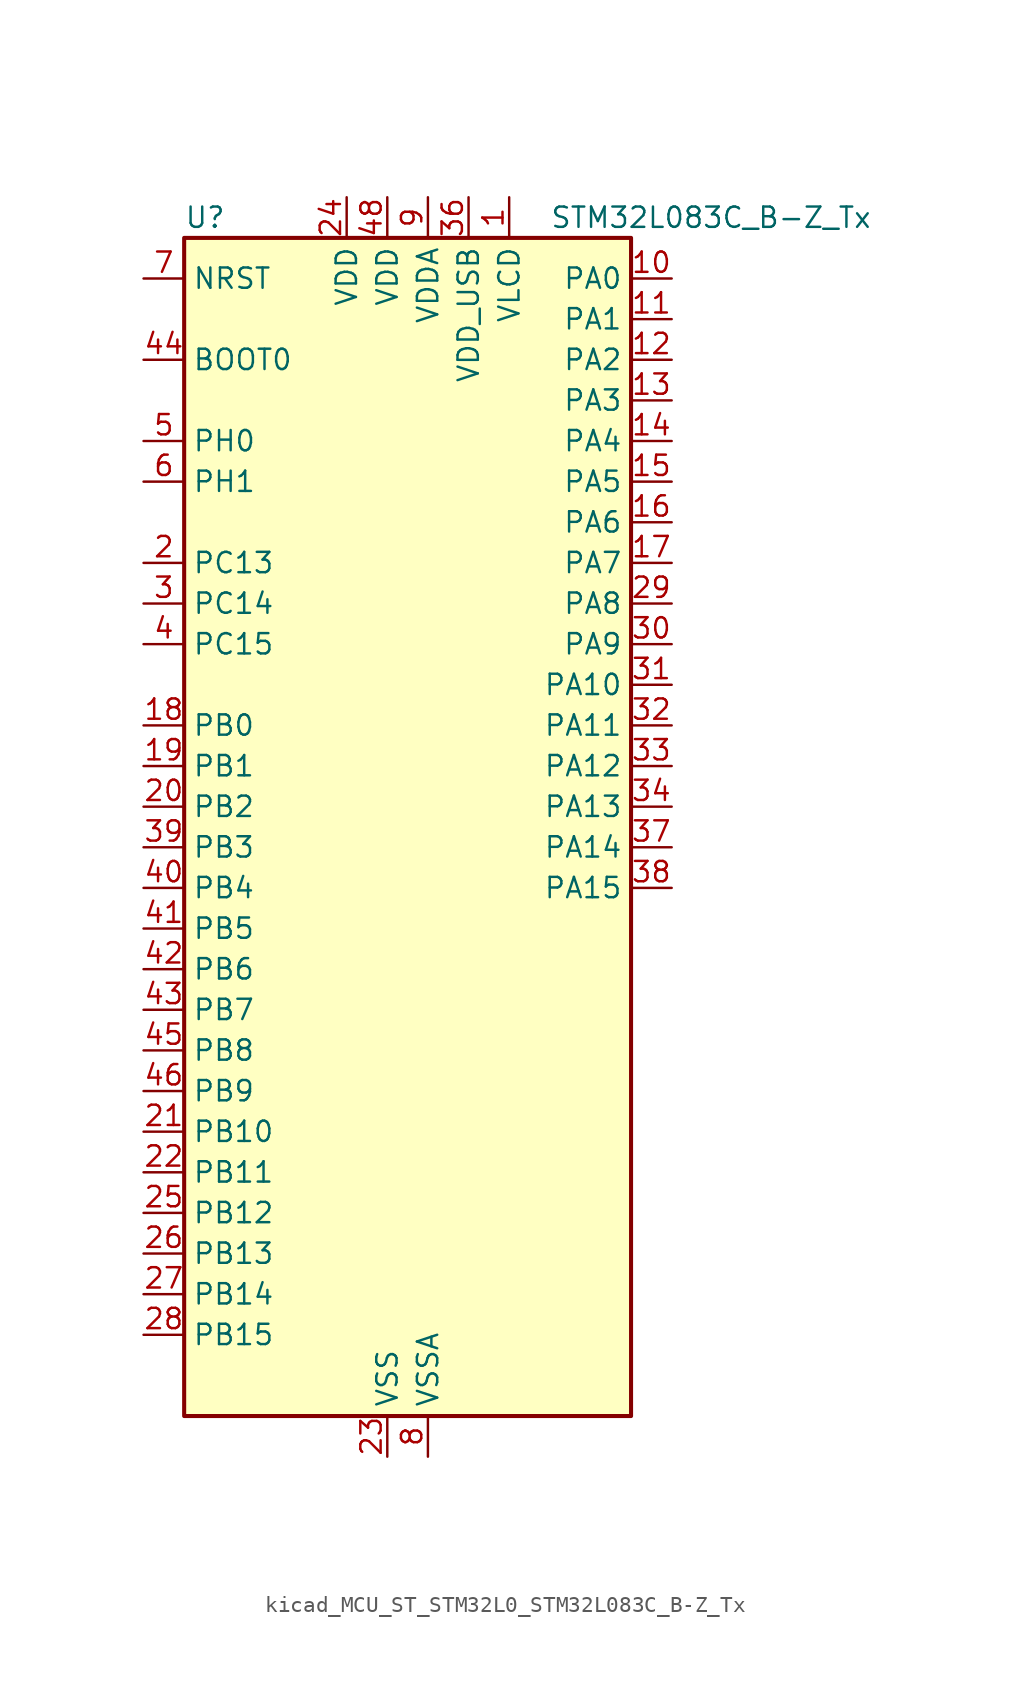
<source format=kicad_sym>
(kicad_symbol_lib
  (version 20220914)
  (generator kicad_symbol_editor)
  (symbol "kicad_MCU_ST_STM32L0_STM32L083C_B-Z_Tx"
    (property "Reference" "U"
      (at -12.7 39.37 0)
      (effects (font (size 1.27 1.27)) (justify left)))
    (property "Value" "STM32L083C_B-Z_Tx"
      (at 10.16 39.37 0)
      (effects (font (size 1.27 1.27)) (justify left)))
    (property "ki_locked" ""
      (at 0 0 0)
      (effects (font (size 1.27 1.27))))
    (symbol "kicad_MCU_ST_STM32L0_STM32L083C_B-Z_Tx_0_1"
      (rectangle (start -12.7 -35.56) (end 15.24 38.1) (stroke (width 0.254) (type default)) (fill (type background))))
    (symbol "kicad_MCU_ST_STM32L0_STM32L083C_B-Z_Tx_1_1"
      (pin power_in line (at 7.62 40.64 270) (length 2.54) (name "VLCD" (effects (font (size 1.27 1.27)))) (number "1" (effects (font (size 1.27 1.27)))))
      (pin bidirectional line (at 17.78 35.56 180) (length 2.54) (name "PA0" (effects (font (size 1.27 1.27)))) (number "10" (effects (font (size 1.27 1.27)))) (alternate "ADC_IN0" bidirectional line) (alternate "COMP1_INM" bidirectional line) (alternate "COMP1_OUT" bidirectional line) (alternate "RTC_TAMP2" bidirectional line) (alternate "SYS_WKUP1" bidirectional line) (alternate "TIM2_CH1" bidirectional line) (alternate "TIM2_ETR" bidirectional line) (alternate "TSC_G1_IO1" bidirectional line) (alternate "USART2_CTS" bidirectional line) (alternate "USART4_TX" bidirectional line))
      (pin bidirectional line (at 17.78 33.02 180) (length 2.54) (name "PA1" (effects (font (size 1.27 1.27)))) (number "11" (effects (font (size 1.27 1.27)))) (alternate "ADC_IN1" bidirectional line) (alternate "COMP1_INP" bidirectional line) (alternate "LCD_SEG0" bidirectional line) (alternate "TIM21_ETR" bidirectional line) (alternate "TIM2_CH2" bidirectional line) (alternate "TSC_G1_IO2" bidirectional line) (alternate "USART2_DE" bidirectional line) (alternate "USART2_RTS" bidirectional line) (alternate "USART4_RX" bidirectional line))
      (pin bidirectional line (at 17.78 30.48 180) (length 2.54) (name "PA2" (effects (font (size 1.27 1.27)))) (number "12" (effects (font (size 1.27 1.27)))) (alternate "ADC_IN2" bidirectional line) (alternate "COMP2_INM" bidirectional line) (alternate "COMP2_OUT" bidirectional line) (alternate "LCD_SEG1" bidirectional line) (alternate "LPUART1_TX" bidirectional line) (alternate "TIM21_CH1" bidirectional line) (alternate "TIM2_CH3" bidirectional line) (alternate "TSC_G1_IO3" bidirectional line) (alternate "USART2_TX" bidirectional line))
      (pin bidirectional line (at 17.78 27.94 180) (length 2.54) (name "PA3" (effects (font (size 1.27 1.27)))) (number "13" (effects (font (size 1.27 1.27)))) (alternate "ADC_IN3" bidirectional line) (alternate "COMP2_INP" bidirectional line) (alternate "LCD_SEG2" bidirectional line) (alternate "LPUART1_RX" bidirectional line) (alternate "TIM21_CH2" bidirectional line) (alternate "TIM2_CH4" bidirectional line) (alternate "TSC_G1_IO4" bidirectional line) (alternate "USART2_RX" bidirectional line))
      (pin bidirectional line (at 17.78 25.4 180) (length 2.54) (name "PA4" (effects (font (size 1.27 1.27)))) (number "14" (effects (font (size 1.27 1.27)))) (alternate "ADC_IN4" bidirectional line) (alternate "COMP1_INM" bidirectional line) (alternate "COMP2_INM" bidirectional line) (alternate "DAC_OUT1" bidirectional line) (alternate "SPI1_NSS" bidirectional line) (alternate "TIM22_ETR" bidirectional line) (alternate "TSC_G2_IO1" bidirectional line) (alternate "USART2_CK" bidirectional line))
      (pin bidirectional line (at 17.78 22.86 180) (length 2.54) (name "PA5" (effects (font (size 1.27 1.27)))) (number "15" (effects (font (size 1.27 1.27)))) (alternate "ADC_IN5" bidirectional line) (alternate "COMP1_INM" bidirectional line) (alternate "COMP2_INM" bidirectional line) (alternate "DAC_OUT2" bidirectional line) (alternate "SPI1_SCK" bidirectional line) (alternate "TIM2_CH1" bidirectional line) (alternate "TIM2_ETR" bidirectional line) (alternate "TSC_G2_IO2" bidirectional line))
      (pin bidirectional line (at 17.78 20.32 180) (length 2.54) (name "PA6" (effects (font (size 1.27 1.27)))) (number "16" (effects (font (size 1.27 1.27)))) (alternate "ADC_IN6" bidirectional line) (alternate "COMP1_OUT" bidirectional line) (alternate "LCD_SEG3" bidirectional line) (alternate "LPUART1_CTS" bidirectional line) (alternate "SPI1_MISO" bidirectional line) (alternate "TIM22_CH1" bidirectional line) (alternate "TIM3_CH1" bidirectional line) (alternate "TSC_G2_IO3" bidirectional line))
      (pin bidirectional line (at 17.78 17.78 180) (length 2.54) (name "PA7" (effects (font (size 1.27 1.27)))) (number "17" (effects (font (size 1.27 1.27)))) (alternate "ADC_IN7" bidirectional line) (alternate "COMP2_OUT" bidirectional line) (alternate "LCD_SEG4" bidirectional line) (alternate "SPI1_MOSI" bidirectional line) (alternate "TIM22_CH2" bidirectional line) (alternate "TIM3_CH2" bidirectional line) (alternate "TSC_G2_IO4" bidirectional line))
      (pin bidirectional line (at -15.24 7.62 0) (length 2.54) (name "PB0" (effects (font (size 1.27 1.27)))) (number "18" (effects (font (size 1.27 1.27)))) (alternate "ADC_IN8" bidirectional line) (alternate "LCD_SEG5" bidirectional line) (alternate "LCD_VLCD3" bidirectional line) (alternate "SYS_VREF_OUT_PB0" bidirectional line) (alternate "TIM3_CH3" bidirectional line) (alternate "TSC_G3_IO2" bidirectional line))
      (pin bidirectional line (at -15.24 5.08 0) (length 2.54) (name "PB1" (effects (font (size 1.27 1.27)))) (number "19" (effects (font (size 1.27 1.27)))) (alternate "ADC_IN9" bidirectional line) (alternate "LCD_SEG6" bidirectional line) (alternate "LPUART1_DE" bidirectional line) (alternate "LPUART1_RTS" bidirectional line) (alternate "SYS_VREF_OUT_PB1" bidirectional line) (alternate "TIM3_CH4" bidirectional line) (alternate "TSC_G3_IO3" bidirectional line))
      (pin bidirectional line (at -15.24 17.78 0) (length 2.54) (name "PC13" (effects (font (size 1.27 1.27)))) (number "2" (effects (font (size 1.27 1.27)))) (alternate "RTC_OUT_ALARM" bidirectional line) (alternate "RTC_OUT_CALIB" bidirectional line) (alternate "RTC_TAMP1" bidirectional line) (alternate "RTC_TS" bidirectional line) (alternate "SYS_WKUP2" bidirectional line))
      (pin bidirectional line (at -15.24 2.54 0) (length 2.54) (name "PB2" (effects (font (size 1.27 1.27)))) (number "20" (effects (font (size 1.27 1.27)))) (alternate "I2C3_SMBA" bidirectional line) (alternate "LCD_VLCD2" bidirectional line) (alternate "LPTIM1_OUT" bidirectional line) (alternate "TSC_G3_IO4" bidirectional line))
      (pin bidirectional line (at -15.24 -17.78 0) (length 2.54) (name "PB10" (effects (font (size 1.27 1.27)))) (number "21" (effects (font (size 1.27 1.27)))) (alternate "I2C2_SCL" bidirectional line) (alternate "LCD_SEG10" bidirectional line) (alternate "LPUART1_RX" bidirectional line) (alternate "LPUART1_TX" bidirectional line) (alternate "SPI2_SCK" bidirectional line) (alternate "TIM2_CH3" bidirectional line) (alternate "TSC_SYNC" bidirectional line))
      (pin bidirectional line (at -15.24 -20.32 0) (length 2.54) (name "PB11" (effects (font (size 1.27 1.27)))) (number "22" (effects (font (size 1.27 1.27)))) (alternate "ADC_EXTI11" bidirectional line) (alternate "I2C2_SDA" bidirectional line) (alternate "LCD_SEG11" bidirectional line) (alternate "LPUART1_RX" bidirectional line) (alternate "LPUART1_TX" bidirectional line) (alternate "TIM2_CH4" bidirectional line) (alternate "TSC_G6_IO1" bidirectional line))
      (pin power_in line (at 0 -38.1 90) (length 2.54) (name "VSS" (effects (font (size 1.27 1.27)))) (number "23" (effects (font (size 1.27 1.27)))))
      (pin power_in line (at -2.54 40.64 270) (length 2.54) (name "VDD" (effects (font (size 1.27 1.27)))) (number "24" (effects (font (size 1.27 1.27)))))
      (pin bidirectional line (at -15.24 -22.86 0) (length 2.54) (name "PB12" (effects (font (size 1.27 1.27)))) (number "25" (effects (font (size 1.27 1.27)))) (alternate "I2S2_WS" bidirectional line) (alternate "LCD_SEG12" bidirectional line) (alternate "LCD_VLCD2" bidirectional line) (alternate "LPUART1_DE" bidirectional line) (alternate "LPUART1_RTS" bidirectional line) (alternate "SPI2_NSS" bidirectional line) (alternate "TSC_G6_IO2" bidirectional line))
      (pin bidirectional line (at -15.24 -25.4 0) (length 2.54) (name "PB13" (effects (font (size 1.27 1.27)))) (number "26" (effects (font (size 1.27 1.27)))) (alternate "I2C2_SCL" bidirectional line) (alternate "I2S2_CK" bidirectional line) (alternate "LCD_SEG13" bidirectional line) (alternate "LPUART1_CTS" bidirectional line) (alternate "RCC_MCO" bidirectional line) (alternate "SPI2_SCK" bidirectional line) (alternate "TIM21_CH1" bidirectional line) (alternate "TSC_G6_IO3" bidirectional line))
      (pin bidirectional line (at -15.24 -27.94 0) (length 2.54) (name "PB14" (effects (font (size 1.27 1.27)))) (number "27" (effects (font (size 1.27 1.27)))) (alternate "I2C2_SDA" bidirectional line) (alternate "I2S2_MCK" bidirectional line) (alternate "LCD_SEG14" bidirectional line) (alternate "LPUART1_DE" bidirectional line) (alternate "LPUART1_RTS" bidirectional line) (alternate "RTC_OUT_ALARM" bidirectional line) (alternate "RTC_OUT_CALIB" bidirectional line) (alternate "SPI2_MISO" bidirectional line) (alternate "TIM21_CH2" bidirectional line) (alternate "TSC_G6_IO4" bidirectional line))
      (pin bidirectional line (at -15.24 -30.48 0) (length 2.54) (name "PB15" (effects (font (size 1.27 1.27)))) (number "28" (effects (font (size 1.27 1.27)))) (alternate "I2S2_SD" bidirectional line) (alternate "LCD_SEG15" bidirectional line) (alternate "RTC_REFIN" bidirectional line) (alternate "SPI2_MOSI" bidirectional line))
      (pin bidirectional line (at 17.78 15.24 180) (length 2.54) (name "PA8" (effects (font (size 1.27 1.27)))) (number "29" (effects (font (size 1.27 1.27)))) (alternate "CRS_SYNC" bidirectional line) (alternate "I2C3_SCL" bidirectional line) (alternate "LCD_COM0" bidirectional line) (alternate "RCC_MCO" bidirectional line) (alternate "USART1_CK" bidirectional line))
      (pin bidirectional line (at -15.24 15.24 0) (length 2.54) (name "PC14" (effects (font (size 1.27 1.27)))) (number "3" (effects (font (size 1.27 1.27)))) (alternate "RCC_OSC32_IN" bidirectional line))
      (pin bidirectional line (at 17.78 12.7 180) (length 2.54) (name "PA9" (effects (font (size 1.27 1.27)))) (number "30" (effects (font (size 1.27 1.27)))) (alternate "DAC_EXTI9" bidirectional line) (alternate "I2C1_SCL" bidirectional line) (alternate "I2C3_SMBA" bidirectional line) (alternate "LCD_COM1" bidirectional line) (alternate "RCC_MCO" bidirectional line) (alternate "TSC_G4_IO1" bidirectional line) (alternate "USART1_TX" bidirectional line))
      (pin bidirectional line (at 17.78 10.16 180) (length 2.54) (name "PA10" (effects (font (size 1.27 1.27)))) (number "31" (effects (font (size 1.27 1.27)))) (alternate "I2C1_SDA" bidirectional line) (alternate "LCD_COM2" bidirectional line) (alternate "TSC_G4_IO2" bidirectional line) (alternate "USART1_RX" bidirectional line))
      (pin bidirectional line (at 17.78 7.62 180) (length 2.54) (name "PA11" (effects (font (size 1.27 1.27)))) (number "32" (effects (font (size 1.27 1.27)))) (alternate "ADC_EXTI11" bidirectional line) (alternate "COMP1_OUT" bidirectional line) (alternate "SPI1_MISO" bidirectional line) (alternate "TSC_G4_IO3" bidirectional line) (alternate "USART1_CTS" bidirectional line) (alternate "USB_DM" bidirectional line))
      (pin bidirectional line (at 17.78 5.08 180) (length 2.54) (name "PA12" (effects (font (size 1.27 1.27)))) (number "33" (effects (font (size 1.27 1.27)))) (alternate "COMP2_OUT" bidirectional line) (alternate "SPI1_MOSI" bidirectional line) (alternate "TSC_G4_IO4" bidirectional line) (alternate "USART1_DE" bidirectional line) (alternate "USART1_RTS" bidirectional line) (alternate "USB_DP" bidirectional line))
      (pin bidirectional line (at 17.78 2.54 180) (length 2.54) (name "PA13" (effects (font (size 1.27 1.27)))) (number "34" (effects (font (size 1.27 1.27)))) (alternate "LPUART1_RX" bidirectional line) (alternate "SYS_SWDIO" bidirectional line) (alternate "USB_NOE" bidirectional line))
      (pin passive line (at 0 -38.1 90) (length 2.54) hide (name "VSS" (effects (font (size 1.27 1.27)))) (number "35" (effects (font (size 1.27 1.27)))))
      (pin power_in line (at 5.08 40.64 270) (length 2.54) (name "VDD_USB" (effects (font (size 1.27 1.27)))) (number "36" (effects (font (size 1.27 1.27)))))
      (pin bidirectional line (at 17.78 0 180) (length 2.54) (name "PA14" (effects (font (size 1.27 1.27)))) (number "37" (effects (font (size 1.27 1.27)))) (alternate "LPUART1_TX" bidirectional line) (alternate "SYS_SWCLK" bidirectional line) (alternate "USART2_TX" bidirectional line))
      (pin bidirectional line (at 17.78 -2.54 180) (length 2.54) (name "PA15" (effects (font (size 1.27 1.27)))) (number "38" (effects (font (size 1.27 1.27)))) (alternate "LCD_SEG17" bidirectional line) (alternate "SPI1_NSS" bidirectional line) (alternate "TIM2_CH1" bidirectional line) (alternate "TIM2_ETR" bidirectional line) (alternate "USART2_RX" bidirectional line) (alternate "USART4_DE" bidirectional line) (alternate "USART4_RTS" bidirectional line))
      (pin bidirectional line (at -15.24 0 0) (length 2.54) (name "PB3" (effects (font (size 1.27 1.27)))) (number "39" (effects (font (size 1.27 1.27)))) (alternate "COMP2_INM" bidirectional line) (alternate "LCD_SEG7" bidirectional line) (alternate "SPI1_SCK" bidirectional line) (alternate "TIM2_CH2" bidirectional line) (alternate "TSC_G5_IO1" bidirectional line) (alternate "USART1_DE" bidirectional line) (alternate "USART1_RTS" bidirectional line) (alternate "USART5_TX" bidirectional line))
      (pin bidirectional line (at -15.24 12.7 0) (length 2.54) (name "PC15" (effects (font (size 1.27 1.27)))) (number "4" (effects (font (size 1.27 1.27)))) (alternate "RCC_OSC32_OUT" bidirectional line))
      (pin bidirectional line (at -15.24 -2.54 0) (length 2.54) (name "PB4" (effects (font (size 1.27 1.27)))) (number "40" (effects (font (size 1.27 1.27)))) (alternate "COMP2_INP" bidirectional line) (alternate "I2C3_SDA" bidirectional line) (alternate "LCD_SEG8" bidirectional line) (alternate "SPI1_MISO" bidirectional line) (alternate "TIM22_CH1" bidirectional line) (alternate "TIM3_CH1" bidirectional line) (alternate "TSC_G5_IO2" bidirectional line) (alternate "USART1_CTS" bidirectional line) (alternate "USART5_RX" bidirectional line))
      (pin bidirectional line (at -15.24 -5.08 0) (length 2.54) (name "PB5" (effects (font (size 1.27 1.27)))) (number "41" (effects (font (size 1.27 1.27)))) (alternate "COMP2_INP" bidirectional line) (alternate "I2C1_SMBA" bidirectional line) (alternate "LCD_SEG9" bidirectional line) (alternate "LPTIM1_IN1" bidirectional line) (alternate "SPI1_MOSI" bidirectional line) (alternate "TIM22_CH2" bidirectional line) (alternate "TIM3_CH2" bidirectional line) (alternate "USART1_CK" bidirectional line) (alternate "USART5_CK" bidirectional line) (alternate "USART5_DE" bidirectional line) (alternate "USART5_RTS" bidirectional line))
      (pin bidirectional line (at -15.24 -7.62 0) (length 2.54) (name "PB6" (effects (font (size 1.27 1.27)))) (number "42" (effects (font (size 1.27 1.27)))) (alternate "COMP2_INP" bidirectional line) (alternate "I2C1_SCL" bidirectional line) (alternate "LPTIM1_ETR" bidirectional line) (alternate "TSC_G5_IO3" bidirectional line) (alternate "USART1_TX" bidirectional line))
      (pin bidirectional line (at -15.24 -10.16 0) (length 2.54) (name "PB7" (effects (font (size 1.27 1.27)))) (number "43" (effects (font (size 1.27 1.27)))) (alternate "COMP2_INP" bidirectional line) (alternate "I2C1_SDA" bidirectional line) (alternate "LPTIM1_IN2" bidirectional line) (alternate "SYS_PVD_IN" bidirectional line) (alternate "TSC_G5_IO4" bidirectional line) (alternate "USART1_RX" bidirectional line) (alternate "USART4_CTS" bidirectional line))
      (pin input line (at -15.24 30.48 0) (length 2.54) (name "BOOT0" (effects (font (size 1.27 1.27)))) (number "44" (effects (font (size 1.27 1.27)))))
      (pin bidirectional line (at -15.24 -12.7 0) (length 2.54) (name "PB8" (effects (font (size 1.27 1.27)))) (number "45" (effects (font (size 1.27 1.27)))) (alternate "I2C1_SCL" bidirectional line) (alternate "LCD_SEG16" bidirectional line) (alternate "TSC_SYNC" bidirectional line))
      (pin bidirectional line (at -15.24 -15.24 0) (length 2.54) (name "PB9" (effects (font (size 1.27 1.27)))) (number "46" (effects (font (size 1.27 1.27)))) (alternate "DAC_EXTI9" bidirectional line) (alternate "I2C1_SDA" bidirectional line) (alternate "I2S2_WS" bidirectional line) (alternate "LCD_COM3" bidirectional line) (alternate "SPI2_NSS" bidirectional line))
      (pin passive line (at 0 -38.1 90) (length 2.54) hide (name "VSS" (effects (font (size 1.27 1.27)))) (number "47" (effects (font (size 1.27 1.27)))))
      (pin power_in line (at 0 40.64 270) (length 2.54) (name "VDD" (effects (font (size 1.27 1.27)))) (number "48" (effects (font (size 1.27 1.27)))))
      (pin bidirectional line (at -15.24 25.4 0) (length 2.54) (name "PH0" (effects (font (size 1.27 1.27)))) (number "5" (effects (font (size 1.27 1.27)))) (alternate "CRS_SYNC" bidirectional line) (alternate "RCC_OSC_IN" bidirectional line))
      (pin bidirectional line (at -15.24 22.86 0) (length 2.54) (name "PH1" (effects (font (size 1.27 1.27)))) (number "6" (effects (font (size 1.27 1.27)))) (alternate "RCC_OSC_OUT" bidirectional line))
      (pin input line (at -15.24 35.56 0) (length 2.54) (name "NRST" (effects (font (size 1.27 1.27)))) (number "7" (effects (font (size 1.27 1.27)))))
      (pin power_in line (at 2.54 -38.1 90) (length 2.54) (name "VSSA" (effects (font (size 1.27 1.27)))) (number "8" (effects (font (size 1.27 1.27)))))
      (pin power_in line (at 2.54 40.64 270) (length 2.54) (name "VDDA" (effects (font (size 1.27 1.27)))) (number "9" (effects (font (size 1.27 1.27))))))))
</source>
